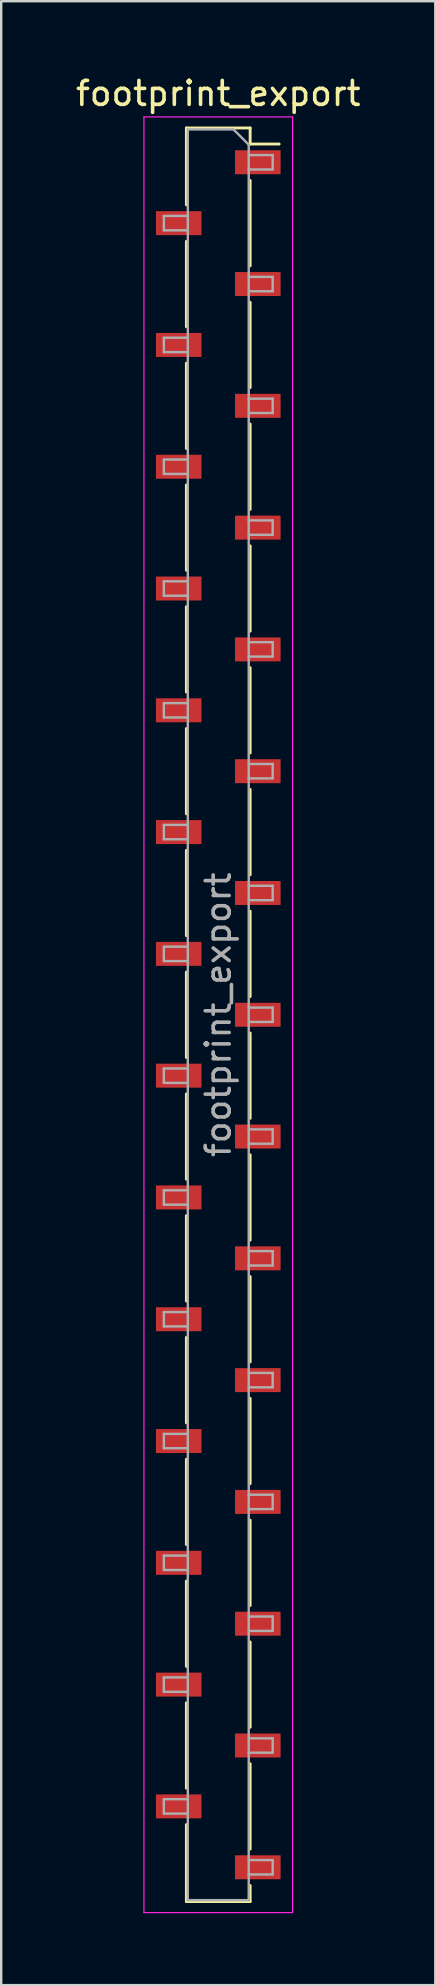
<source format=kicad_pcb>
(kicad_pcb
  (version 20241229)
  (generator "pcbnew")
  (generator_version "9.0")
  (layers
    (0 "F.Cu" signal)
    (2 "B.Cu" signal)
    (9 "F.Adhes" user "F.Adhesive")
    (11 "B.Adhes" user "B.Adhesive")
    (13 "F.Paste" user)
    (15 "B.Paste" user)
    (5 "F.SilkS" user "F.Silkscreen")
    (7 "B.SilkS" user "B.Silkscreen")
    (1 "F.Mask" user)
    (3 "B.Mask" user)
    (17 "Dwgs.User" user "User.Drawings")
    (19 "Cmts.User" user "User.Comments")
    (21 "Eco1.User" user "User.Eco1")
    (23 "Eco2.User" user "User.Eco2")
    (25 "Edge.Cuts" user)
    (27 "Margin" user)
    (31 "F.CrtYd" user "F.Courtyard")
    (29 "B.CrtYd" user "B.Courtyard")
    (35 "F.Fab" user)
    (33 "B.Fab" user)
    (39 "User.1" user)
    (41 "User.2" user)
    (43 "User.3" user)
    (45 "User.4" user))
  (footprint "footprint_export"
    (layer "F.Cu")
    (at 6.054 39.278)
    (property "Reference" "footprint_export" (at 0 -38.43 0) (layer "F.SilkS") (effects (font (size 1 1) (thickness 0.15))))
    (attr smd)
    (fp_line (start -1.33 -36.99) (end -1.33 -33.78) (stroke (width 0.12) (type solid)) (layer "F.SilkS"))
    (fp_line (start -1.33 -36.99) (end 1.33 -36.99) (stroke (width 0.12) (type solid)) (layer "F.SilkS"))
    (fp_line (start -1.33 -32.26) (end -1.33 -28.7) (stroke (width 0.12) (type solid)) (layer "F.SilkS"))
    (fp_line (start -1.33 -27.18) (end -1.33 -23.62) (stroke (width 0.12) (type solid)) (layer "F.SilkS"))
    (fp_line (start -1.33 -22.1) (end -1.33 -18.54) (stroke (width 0.12) (type solid)) (layer "F.SilkS"))
    (fp_line (start -1.33 -17.02) (end -1.33 -13.46) (stroke (width 0.12) (type solid)) (layer "F.SilkS"))
    (fp_line (start -1.33 -11.94) (end -1.33 -8.38) (stroke (width 0.12) (type solid)) (layer "F.SilkS"))
    (fp_line (start -1.33 -6.86) (end -1.33 -3.3) (stroke (width 0.12) (type solid)) (layer "F.SilkS"))
    (fp_line (start -1.33 -1.78) (end -1.33 1.78) (stroke (width 0.12) (type solid)) (layer "F.SilkS"))
    (fp_line (start -1.33 3.3) (end -1.33 6.86) (stroke (width 0.12) (type solid)) (layer "F.SilkS"))
    (fp_line (start -1.33 8.38) (end -1.33 11.94) (stroke (width 0.12) (type solid)) (layer "F.SilkS"))
    (fp_line (start -1.33 13.46) (end -1.33 17.02) (stroke (width 0.12) (type solid)) (layer "F.SilkS"))
    (fp_line (start -1.33 18.54) (end -1.33 22.1) (stroke (width 0.12) (type solid)) (layer "F.SilkS"))
    (fp_line (start -1.33 23.62) (end -1.33 27.18) (stroke (width 0.12) (type solid)) (layer "F.SilkS"))
    (fp_line (start -1.33 28.7) (end -1.33 32.26) (stroke (width 0.12) (type solid)) (layer "F.SilkS"))
    (fp_line (start -1.33 33.78) (end -1.33 36.99) (stroke (width 0.12) (type solid)) (layer "F.SilkS"))
    (fp_line (start -1.33 36.99) (end 1.33 36.99) (stroke (width 0.12) (type solid)) (layer "F.SilkS"))
    (fp_line (start 1.33 -36.99) (end 1.33 -36.32) (stroke (width 0.12) (type solid)) (layer "F.SilkS"))
    (fp_line (start 1.33 -36.32) (end 2.54 -36.32) (stroke (width 0.12) (type solid)) (layer "F.SilkS"))
    (fp_line (start 1.33 -34.8) (end 1.33 -31.24) (stroke (width 0.12) (type solid)) (layer "F.SilkS"))
    (fp_line (start 1.33 -29.72) (end 1.33 -26.16) (stroke (width 0.12) (type solid)) (layer "F.SilkS"))
    (fp_line (start 1.33 -24.64) (end 1.33 -21.08) (stroke (width 0.12) (type solid)) (layer "F.SilkS"))
    (fp_line (start 1.33 -19.56) (end 1.33 -16) (stroke (width 0.12) (type solid)) (layer "F.SilkS"))
    (fp_line (start 1.33 -14.48) (end 1.33 -10.92) (stroke (width 0.12) (type solid)) (layer "F.SilkS"))
    (fp_line (start 1.33 -9.4) (end 1.33 -5.84) (stroke (width 0.12) (type solid)) (layer "F.SilkS"))
    (fp_line (start 1.33 -4.32) (end 1.33 -0.76) (stroke (width 0.12) (type solid)) (layer "F.SilkS"))
    (fp_line (start 1.33 0.76) (end 1.33 4.32) (stroke (width 0.12) (type solid)) (layer "F.SilkS"))
    (fp_line (start 1.33 5.84) (end 1.33 9.4) (stroke (width 0.12) (type solid)) (layer "F.SilkS"))
    (fp_line (start 1.33 10.92) (end 1.33 14.48) (stroke (width 0.12) (type solid)) (layer "F.SilkS"))
    (fp_line (start 1.33 16) (end 1.33 19.56) (stroke (width 0.12) (type solid)) (layer "F.SilkS"))
    (fp_line (start 1.33 21.08) (end 1.33 24.64) (stroke (width 0.12) (type solid)) (layer "F.SilkS"))
    (fp_line (start 1.33 26.16) (end 1.33 29.72) (stroke (width 0.12) (type solid)) (layer "F.SilkS"))
    (fp_line (start 1.33 31.24) (end 1.33 34.8) (stroke (width 0.12) (type solid)) (layer "F.SilkS"))
    (fp_line (start 1.33 36.32) (end 1.33 36.99) (stroke (width 0.12) (type solid)) (layer "F.SilkS"))
    (fp_line (start -3.1 -37.45) (end 3.1 -37.45) (stroke (width 0.05) (type solid)) (layer "F.CrtYd"))
    (fp_line (start -3.1 37.45) (end -3.1 -37.45) (stroke (width 0.05) (type solid)) (layer "F.CrtYd"))
    (fp_line (start 3.1 -37.45) (end 3.1 37.45) (stroke (width 0.05) (type solid)) (layer "F.CrtYd"))
    (fp_line (start 3.1 37.45) (end -3.1 37.45) (stroke (width 0.05) (type solid)) (layer "F.CrtYd"))
    (fp_line (start -2.27 -33.32) (end -1.27 -33.32) (stroke (width 0.1) (type solid)) (layer "F.Fab"))
    (fp_line (start -2.27 -32.72) (end -2.27 -33.32) (stroke (width 0.1) (type solid)) (layer "F.Fab"))
    (fp_line (start -2.27 -28.24) (end -1.27 -28.24) (stroke (width 0.1) (type solid)) (layer "F.Fab"))
    (fp_line (start -2.27 -27.64) (end -2.27 -28.24) (stroke (width 0.1) (type solid)) (layer "F.Fab"))
    (fp_line (start -2.27 -23.16) (end -1.27 -23.16) (stroke (width 0.1) (type solid)) (layer "F.Fab"))
    (fp_line (start -2.27 -22.56) (end -2.27 -23.16) (stroke (width 0.1) (type solid)) (layer "F.Fab"))
    (fp_line (start -2.27 -18.08) (end -1.27 -18.08) (stroke (width 0.1) (type solid)) (layer "F.Fab"))
    (fp_line (start -2.27 -17.48) (end -2.27 -18.08) (stroke (width 0.1) (type solid)) (layer "F.Fab"))
    (fp_line (start -2.27 -13) (end -1.27 -13) (stroke (width 0.1) (type solid)) (layer "F.Fab"))
    (fp_line (start -2.27 -12.4) (end -2.27 -13) (stroke (width 0.1) (type solid)) (layer "F.Fab"))
    (fp_line (start -2.27 -7.92) (end -1.27 -7.92) (stroke (width 0.1) (type solid)) (layer "F.Fab"))
    (fp_line (start -2.27 -7.32) (end -2.27 -7.92) (stroke (width 0.1) (type solid)) (layer "F.Fab"))
    (fp_line (start -2.27 -2.84) (end -1.27 -2.84) (stroke (width 0.1) (type solid)) (layer "F.Fab"))
    (fp_line (start -2.27 -2.24) (end -2.27 -2.84) (stroke (width 0.1) (type solid)) (layer "F.Fab"))
    (fp_line (start -2.27 2.24) (end -1.27 2.24) (stroke (width 0.1) (type solid)) (layer "F.Fab"))
    (fp_line (start -2.27 2.84) (end -2.27 2.24) (stroke (width 0.1) (type solid)) (layer "F.Fab"))
    (fp_line (start -2.27 7.32) (end -1.27 7.32) (stroke (width 0.1) (type solid)) (layer "F.Fab"))
    (fp_line (start -2.27 7.92) (end -2.27 7.32) (stroke (width 0.1) (type solid)) (layer "F.Fab"))
    (fp_line (start -2.27 12.4) (end -1.27 12.4) (stroke (width 0.1) (type solid)) (layer "F.Fab"))
    (fp_line (start -2.27 13) (end -2.27 12.4) (stroke (width 0.1) (type solid)) (layer "F.Fab"))
    (fp_line (start -2.27 17.48) (end -1.27 17.48) (stroke (width 0.1) (type solid)) (layer "F.Fab"))
    (fp_line (start -2.27 18.08) (end -2.27 17.48) (stroke (width 0.1) (type solid)) (layer "F.Fab"))
    (fp_line (start -2.27 22.56) (end -1.27 22.56) (stroke (width 0.1) (type solid)) (layer "F.Fab"))
    (fp_line (start -2.27 23.16) (end -2.27 22.56) (stroke (width 0.1) (type solid)) (layer "F.Fab"))
    (fp_line (start -2.27 27.64) (end -1.27 27.64) (stroke (width 0.1) (type solid)) (layer "F.Fab"))
    (fp_line (start -2.27 28.24) (end -2.27 27.64) (stroke (width 0.1) (type solid)) (layer "F.Fab"))
    (fp_line (start -2.27 32.72) (end -1.27 32.72) (stroke (width 0.1) (type solid)) (layer "F.Fab"))
    (fp_line (start -2.27 33.32) (end -2.27 32.72) (stroke (width 0.1) (type solid)) (layer "F.Fab"))
    (fp_line (start -1.27 -36.93) (end 0.635 -36.93) (stroke (width 0.1) (type solid)) (layer "F.Fab"))
    (fp_line (start -1.27 -32.72) (end -2.27 -32.72) (stroke (width 0.1) (type solid)) (layer "F.Fab"))
    (fp_line (start -1.27 -27.64) (end -2.27 -27.64) (stroke (width 0.1) (type solid)) (layer "F.Fab"))
    (fp_line (start -1.27 -22.56) (end -2.27 -22.56) (stroke (width 0.1) (type solid)) (layer "F.Fab"))
    (fp_line (start -1.27 -17.48) (end -2.27 -17.48) (stroke (width 0.1) (type solid)) (layer "F.Fab"))
    (fp_line (start -1.27 -12.4) (end -2.27 -12.4) (stroke (width 0.1) (type solid)) (layer "F.Fab"))
    (fp_line (start -1.27 -7.32) (end -2.27 -7.32) (stroke (width 0.1) (type solid)) (layer "F.Fab"))
    (fp_line (start -1.27 -2.24) (end -2.27 -2.24) (stroke (width 0.1) (type solid)) (layer "F.Fab"))
    (fp_line (start -1.27 2.84) (end -2.27 2.84) (stroke (width 0.1) (type solid)) (layer "F.Fab"))
    (fp_line (start -1.27 7.92) (end -2.27 7.92) (stroke (width 0.1) (type solid)) (layer "F.Fab"))
    (fp_line (start -1.27 13) (end -2.27 13) (stroke (width 0.1) (type solid)) (layer "F.Fab"))
    (fp_line (start -1.27 18.08) (end -2.27 18.08) (stroke (width 0.1) (type solid)) (layer "F.Fab"))
    (fp_line (start -1.27 23.16) (end -2.27 23.16) (stroke (width 0.1) (type solid)) (layer "F.Fab"))
    (fp_line (start -1.27 28.24) (end -2.27 28.24) (stroke (width 0.1) (type solid)) (layer "F.Fab"))
    (fp_line (start -1.27 33.32) (end -2.27 33.32) (stroke (width 0.1) (type solid)) (layer "F.Fab"))
    (fp_line (start -1.27 36.93) (end -1.27 -36.93) (stroke (width 0.1) (type solid)) (layer "F.Fab"))
    (fp_line (start 0.635 -36.93) (end 1.27 -36.295) (stroke (width 0.1) (type solid)) (layer "F.Fab"))
    (fp_line (start 1.27 -36.295) (end 1.27 36.93) (stroke (width 0.1) (type solid)) (layer "F.Fab"))
    (fp_line (start 1.27 -35.86) (end 2.27 -35.86) (stroke (width 0.1) (type solid)) (layer "F.Fab"))
    (fp_line (start 1.27 -30.78) (end 2.27 -30.78) (stroke (width 0.1) (type solid)) (layer "F.Fab"))
    (fp_line (start 1.27 -25.7) (end 2.27 -25.7) (stroke (width 0.1) (type solid)) (layer "F.Fab"))
    (fp_line (start 1.27 -20.62) (end 2.27 -20.62) (stroke (width 0.1) (type solid)) (layer "F.Fab"))
    (fp_line (start 1.27 -15.54) (end 2.27 -15.54) (stroke (width 0.1) (type solid)) (layer "F.Fab"))
    (fp_line (start 1.27 -10.46) (end 2.27 -10.46) (stroke (width 0.1) (type solid)) (layer "F.Fab"))
    (fp_line (start 1.27 -5.38) (end 2.27 -5.38) (stroke (width 0.1) (type solid)) (layer "F.Fab"))
    (fp_line (start 1.27 -0.3) (end 2.27 -0.3) (stroke (width 0.1) (type solid)) (layer "F.Fab"))
    (fp_line (start 1.27 4.78) (end 2.27 4.78) (stroke (width 0.1) (type solid)) (layer "F.Fab"))
    (fp_line (start 1.27 9.86) (end 2.27 9.86) (stroke (width 0.1) (type solid)) (layer "F.Fab"))
    (fp_line (start 1.27 14.94) (end 2.27 14.94) (stroke (width 0.1) (type solid)) (layer "F.Fab"))
    (fp_line (start 1.27 20.02) (end 2.27 20.02) (stroke (width 0.1) (type solid)) (layer "F.Fab"))
    (fp_line (start 1.27 25.1) (end 2.27 25.1) (stroke (width 0.1) (type solid)) (layer "F.Fab"))
    (fp_line (start 1.27 30.18) (end 2.27 30.18) (stroke (width 0.1) (type solid)) (layer "F.Fab"))
    (fp_line (start 1.27 35.26) (end 2.27 35.26) (stroke (width 0.1) (type solid)) (layer "F.Fab"))
    (fp_line (start 1.27 36.93) (end -1.27 36.93) (stroke (width 0.1) (type solid)) (layer "F.Fab"))
    (fp_line (start 2.27 -35.86) (end 2.27 -35.26) (stroke (width 0.1) (type solid)) (layer "F.Fab"))
    (fp_line (start 2.27 -35.26) (end 1.27 -35.26) (stroke (width 0.1) (type solid)) (layer "F.Fab"))
    (fp_line (start 2.27 -30.78) (end 2.27 -30.18) (stroke (width 0.1) (type solid)) (layer "F.Fab"))
    (fp_line (start 2.27 -30.18) (end 1.27 -30.18) (stroke (width 0.1) (type solid)) (layer "F.Fab"))
    (fp_line (start 2.27 -25.7) (end 2.27 -25.1) (stroke (width 0.1) (type solid)) (layer "F.Fab"))
    (fp_line (start 2.27 -25.1) (end 1.27 -25.1) (stroke (width 0.1) (type solid)) (layer "F.Fab"))
    (fp_line (start 2.27 -20.62) (end 2.27 -20.02) (stroke (width 0.1) (type solid)) (layer "F.Fab"))
    (fp_line (start 2.27 -20.02) (end 1.27 -20.02) (stroke (width 0.1) (type solid)) (layer "F.Fab"))
    (fp_line (start 2.27 -15.54) (end 2.27 -14.94) (stroke (width 0.1) (type solid)) (layer "F.Fab"))
    (fp_line (start 2.27 -14.94) (end 1.27 -14.94) (stroke (width 0.1) (type solid)) (layer "F.Fab"))
    (fp_line (start 2.27 -10.46) (end 2.27 -9.86) (stroke (width 0.1) (type solid)) (layer "F.Fab"))
    (fp_line (start 2.27 -9.86) (end 1.27 -9.86) (stroke (width 0.1) (type solid)) (layer "F.Fab"))
    (fp_line (start 2.27 -5.38) (end 2.27 -4.78) (stroke (width 0.1) (type solid)) (layer "F.Fab"))
    (fp_line (start 2.27 -4.78) (end 1.27 -4.78) (stroke (width 0.1) (type solid)) (layer "F.Fab"))
    (fp_line (start 2.27 -0.3) (end 2.27 0.3) (stroke (width 0.1) (type solid)) (layer "F.Fab"))
    (fp_line (start 2.27 0.3) (end 1.27 0.3) (stroke (width 0.1) (type solid)) (layer "F.Fab"))
    (fp_line (start 2.27 4.78) (end 2.27 5.38) (stroke (width 0.1) (type solid)) (layer "F.Fab"))
    (fp_line (start 2.27 5.38) (end 1.27 5.38) (stroke (width 0.1) (type solid)) (layer "F.Fab"))
    (fp_line (start 2.27 9.86) (end 2.27 10.46) (stroke (width 0.1) (type solid)) (layer "F.Fab"))
    (fp_line (start 2.27 10.46) (end 1.27 10.46) (stroke (width 0.1) (type solid)) (layer "F.Fab"))
    (fp_line (start 2.27 14.94) (end 2.27 15.54) (stroke (width 0.1) (type solid)) (layer "F.Fab"))
    (fp_line (start 2.27 15.54) (end 1.27 15.54) (stroke (width 0.1) (type solid)) (layer "F.Fab"))
    (fp_line (start 2.27 20.02) (end 2.27 20.62) (stroke (width 0.1) (type solid)) (layer "F.Fab"))
    (fp_line (start 2.27 20.62) (end 1.27 20.62) (stroke (width 0.1) (type solid)) (layer "F.Fab"))
    (fp_line (start 2.27 25.1) (end 2.27 25.7) (stroke (width 0.1) (type solid)) (layer "F.Fab"))
    (fp_line (start 2.27 25.7) (end 1.27 25.7) (stroke (width 0.1) (type solid)) (layer "F.Fab"))
    (fp_line (start 2.27 30.18) (end 2.27 30.78) (stroke (width 0.1) (type solid)) (layer "F.Fab"))
    (fp_line (start 2.27 30.78) (end 1.27 30.78) (stroke (width 0.1) (type solid)) (layer "F.Fab"))
    (fp_line (start 2.27 35.26) (end 2.27 35.86) (stroke (width 0.1) (type solid)) (layer "F.Fab"))
    (fp_line (start 2.27 35.86) (end 1.27 35.86) (stroke (width 0.1) (type solid)) (layer "F.Fab"))
    (fp_text user "${REFERENCE}" (at 0 0 90) (layer "F.Fab") (effects (font (size 1 1) (thickness 0.15))))
    (pad "1" smd rect (at 1.65 -35.56) (size 1.9 1) (layers "F.Cu" "F.Mask" "F.Paste"))
    (pad "2" smd rect (at -1.65 -33.02) (size 1.9 1) (layers "F.Cu" "F.Mask" "F.Paste"))
    (pad "3" smd rect (at 1.65 -30.48) (size 1.9 1) (layers "F.Cu" "F.Mask" "F.Paste"))
    (pad "4" smd rect (at -1.65 -27.94) (size 1.9 1) (layers "F.Cu" "F.Mask" "F.Paste"))
    (pad "5" smd rect (at 1.65 -25.4) (size 1.9 1) (layers "F.Cu" "F.Mask" "F.Paste"))
    (pad "6" smd rect (at -1.65 -22.86) (size 1.9 1) (layers "F.Cu" "F.Mask" "F.Paste"))
    (pad "7" smd rect (at 1.65 -20.32) (size 1.9 1) (layers "F.Cu" "F.Mask" "F.Paste"))
    (pad "8" smd rect (at -1.65 -17.78) (size 1.9 1) (layers "F.Cu" "F.Mask" "F.Paste"))
    (pad "9" smd rect (at 1.65 -15.24) (size 1.9 1) (layers "F.Cu" "F.Mask" "F.Paste"))
    (pad "10" smd rect (at -1.65 -12.7) (size 1.9 1) (layers "F.Cu" "F.Mask" "F.Paste"))
    (pad "11" smd rect (at 1.65 -10.16) (size 1.9 1) (layers "F.Cu" "F.Mask" "F.Paste"))
    (pad "12" smd rect (at -1.65 -7.62) (size 1.9 1) (layers "F.Cu" "F.Mask" "F.Paste"))
    (pad "13" smd rect (at 1.65 -5.08) (size 1.9 1) (layers "F.Cu" "F.Mask" "F.Paste"))
    (pad "14" smd rect (at -1.65 -2.54) (size 1.9 1) (layers "F.Cu" "F.Mask" "F.Paste"))
    (pad "15" smd rect (at 1.65 0) (size 1.9 1) (layers "F.Cu" "F.Mask" "F.Paste"))
    (pad "16" smd rect (at -1.65 2.54) (size 1.9 1) (layers "F.Cu" "F.Mask" "F.Paste"))
    (pad "17" smd rect (at 1.65 5.08) (size 1.9 1) (layers "F.Cu" "F.Mask" "F.Paste"))
    (pad "18" smd rect (at -1.65 7.62) (size 1.9 1) (layers "F.Cu" "F.Mask" "F.Paste"))
    (pad "19" smd rect (at 1.65 10.16) (size 1.9 1) (layers "F.Cu" "F.Mask" "F.Paste"))
    (pad "20" smd rect (at -1.65 12.7) (size 1.9 1) (layers "F.Cu" "F.Mask" "F.Paste"))
    (pad "21" smd rect (at 1.65 15.24) (size 1.9 1) (layers "F.Cu" "F.Mask" "F.Paste"))
    (pad "22" smd rect (at -1.65 17.78) (size 1.9 1) (layers "F.Cu" "F.Mask" "F.Paste"))
    (pad "23" smd rect (at 1.65 20.32) (size 1.9 1) (layers "F.Cu" "F.Mask" "F.Paste"))
    (pad "24" smd rect (at -1.65 22.86) (size 1.9 1) (layers "F.Cu" "F.Mask" "F.Paste"))
    (pad "25" smd rect (at 1.65 25.4) (size 1.9 1) (layers "F.Cu" "F.Mask" "F.Paste"))
    (pad "26" smd rect (at -1.65 27.94) (size 1.9 1) (layers "F.Cu" "F.Mask" "F.Paste"))
    (pad "27" smd rect (at 1.65 30.48) (size 1.9 1) (layers "F.Cu" "F.Mask" "F.Paste"))
    (pad "28" smd rect (at -1.65 33.02) (size 1.9 1) (layers "F.Cu" "F.Mask" "F.Paste"))
    (pad "29" smd rect (at 1.65 35.56) (size 1.9 1) (layers "F.Cu" "F.Mask" "F.Paste")))
  (gr_rect
    (start -3 -3)
    (end 15.107 79.753)
    (stroke (width 0.1) (type default))
    (fill no)
    (layer "Edge.Cuts")))
</source>
